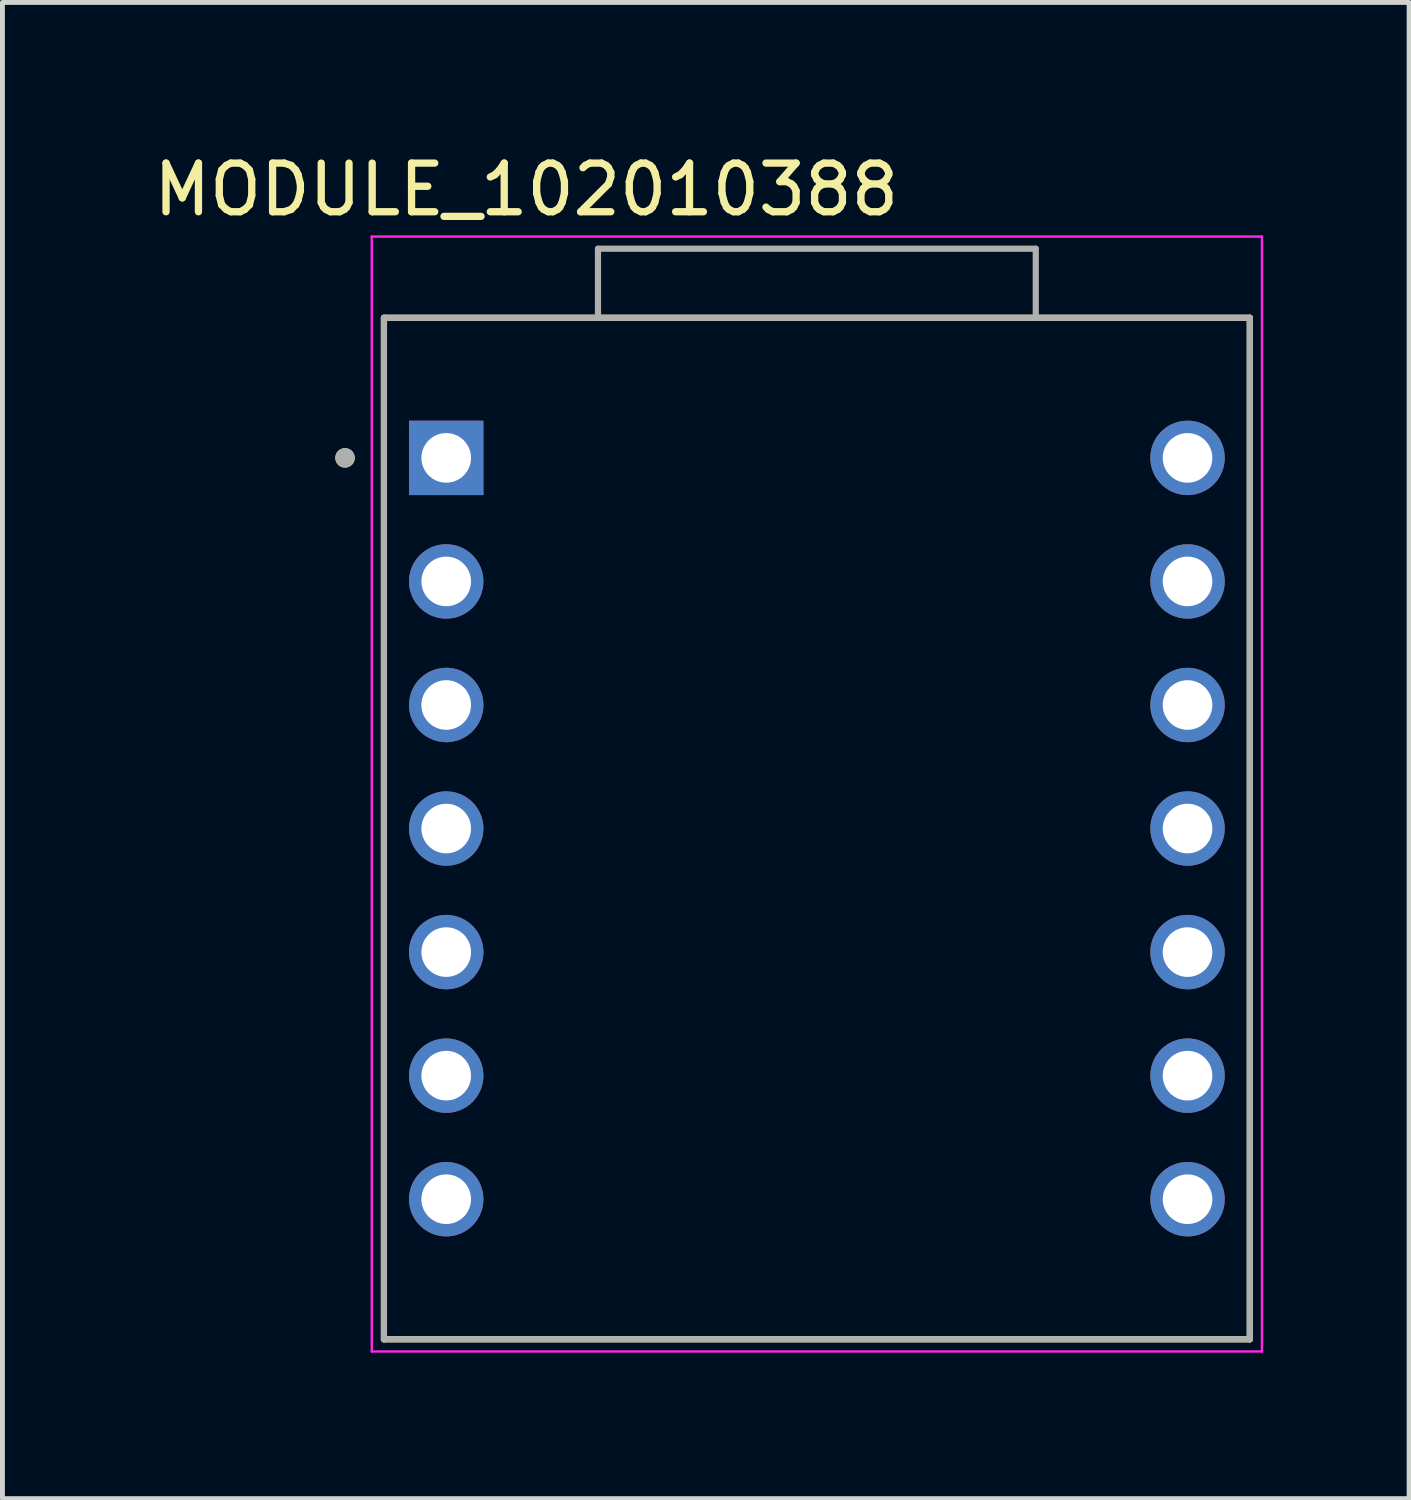
<source format=kicad_pcb>
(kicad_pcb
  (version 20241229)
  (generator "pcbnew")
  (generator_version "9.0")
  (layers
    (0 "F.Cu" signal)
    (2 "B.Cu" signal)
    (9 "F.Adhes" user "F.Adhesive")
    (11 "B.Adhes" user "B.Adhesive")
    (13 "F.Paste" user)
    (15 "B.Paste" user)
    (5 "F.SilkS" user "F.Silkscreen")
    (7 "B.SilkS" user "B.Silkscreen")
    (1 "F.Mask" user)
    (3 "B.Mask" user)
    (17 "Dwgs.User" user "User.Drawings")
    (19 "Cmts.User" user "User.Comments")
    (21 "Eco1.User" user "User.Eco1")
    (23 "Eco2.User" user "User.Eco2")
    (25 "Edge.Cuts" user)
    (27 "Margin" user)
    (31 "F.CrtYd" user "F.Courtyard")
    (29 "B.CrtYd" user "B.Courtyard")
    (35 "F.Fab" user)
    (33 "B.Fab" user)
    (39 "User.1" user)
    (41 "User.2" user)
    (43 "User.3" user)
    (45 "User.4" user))
  (footprint "MODULE_102010388"
    (layer "F.Cu")
    (at 13.743 13.983)
    (property "Reference" "MODULE_102010388" (at -5.975 -13.135 0) (layer "F.SilkS") (effects (font (size 1 1) (thickness 0.15))))
    (attr through_hole)
    (fp_line (start -8.9 -10.5) (end -8.9 10.5) (stroke (width 0.127) (type solid)) (layer "F.SilkS"))
    (fp_line (start -8.9 10.5) (end 8.9 10.5) (stroke (width 0.127) (type solid)) (layer "F.SilkS"))
    (fp_line (start 8.9 -10.5) (end -8.9 -10.5) (stroke (width 0.127) (type solid)) (layer "F.SilkS"))
    (fp_line (start 8.9 10.5) (end 8.9 -10.5) (stroke (width 0.127) (type solid)) (layer "F.SilkS"))
    (fp_circle (center -9.7 -7.62) (end -9.6 -7.62) (stroke (width 0.2) (type solid)) (fill no) (layer "F.SilkS"))
    (fp_line (start -9.15 -12.17) (end 9.15 -12.17) (stroke (width 0.05) (type solid)) (layer "F.CrtYd"))
    (fp_line (start -9.15 10.75) (end -9.15 -12.17) (stroke (width 0.05) (type solid)) (layer "F.CrtYd"))
    (fp_line (start 9.15 -12.17) (end 9.15 10.75) (stroke (width 0.05) (type solid)) (layer "F.CrtYd"))
    (fp_line (start 9.15 10.75) (end -9.15 10.75) (stroke (width 0.05) (type solid)) (layer "F.CrtYd"))
    (fp_line (start -8.9 -10.5) (end -8.9 10.5) (stroke (width 0.127) (type solid)) (layer "F.Fab"))
    (fp_line (start -8.9 10.5) (end 8.9 10.5) (stroke (width 0.127) (type solid)) (layer "F.Fab"))
    (fp_line (start -4.5 -11.92) (end 4.5 -11.92) (stroke (width 0.127) (type solid)) (layer "F.Fab"))
    (fp_line (start -4.5 -10.5) (end -8.9 -10.5) (stroke (width 0.127) (type solid)) (layer "F.Fab"))
    (fp_line (start -4.5 -10.5) (end -4.5 -11.92) (stroke (width 0.127) (type solid)) (layer "F.Fab"))
    (fp_line (start 4.5 -11.92) (end 4.5 -10.5) (stroke (width 0.127) (type solid)) (layer "F.Fab"))
    (fp_line (start 4.5 -10.5) (end -4.5 -10.5) (stroke (width 0.127) (type solid)) (layer "F.Fab"))
    (fp_line (start 8.9 -10.5) (end 4.5 -10.5) (stroke (width 0.127) (type solid)) (layer "F.Fab"))
    (fp_line (start 8.9 -10.5) (end 8.9 10.5) (stroke (width 0.127) (type solid)) (layer "F.Fab"))
    (fp_circle (center -9.7 -7.62) (end -9.6 -7.62) (stroke (width 0.2) (type solid)) (fill no) (layer "F.Fab"))
    (pad "1" thru_hole rect (at -7.62 -7.62) (size 1.53 1.53) (drill 1.02) (layers "*.Cu" "*.Mask"))
    (pad "2" thru_hole circle (at -7.62 -5.08) (size 1.53 1.53) (drill 1.02) (layers "*.Cu" "*.Mask"))
    (pad "3" thru_hole circle (at -7.62 -2.54) (size 1.53 1.53) (drill 1.02) (layers "*.Cu" "*.Mask"))
    (pad "4" thru_hole circle (at -7.62 0) (size 1.53 1.53) (drill 1.02) (layers "*.Cu" "*.Mask"))
    (pad "5" thru_hole circle (at -7.62 2.54) (size 1.53 1.53) (drill 1.02) (layers "*.Cu" "*.Mask"))
    (pad "6" thru_hole circle (at -7.62 5.08) (size 1.53 1.53) (drill 1.02) (layers "*.Cu" "*.Mask"))
    (pad "7" thru_hole circle (at -7.62 7.62) (size 1.53 1.53) (drill 1.02) (layers "*.Cu" "*.Mask"))
    (pad "8" thru_hole circle (at 7.62 7.62) (size 1.53 1.53) (drill 1.02) (layers "*.Cu" "*.Mask"))
    (pad "9" thru_hole circle (at 7.62 5.08) (size 1.53 1.53) (drill 1.02) (layers "*.Cu" "*.Mask"))
    (pad "10" thru_hole circle (at 7.62 2.54) (size 1.53 1.53) (drill 1.02) (layers "*.Cu" "*.Mask"))
    (pad "11" thru_hole circle (at 7.62 0) (size 1.53 1.53) (drill 1.02) (layers "*.Cu" "*.Mask"))
    (pad "12" thru_hole circle (at 7.62 -2.54) (size 1.53 1.53) (drill 1.02) (layers "*.Cu" "*.Mask"))
    (pad "13" thru_hole circle (at 7.62 -5.08) (size 1.53 1.53) (drill 1.02) (layers "*.Cu" "*.Mask"))
    (pad "14" thru_hole circle (at 7.62 -7.62) (size 1.53 1.53) (drill 1.02) (layers "*.Cu" "*.Mask")))
  (gr_rect
    (start -3 -3)
    (end 25.918 27.758)
    (stroke (width 0.1) (type default))
    (fill no)
    (layer "Edge.Cuts")))
</source>
